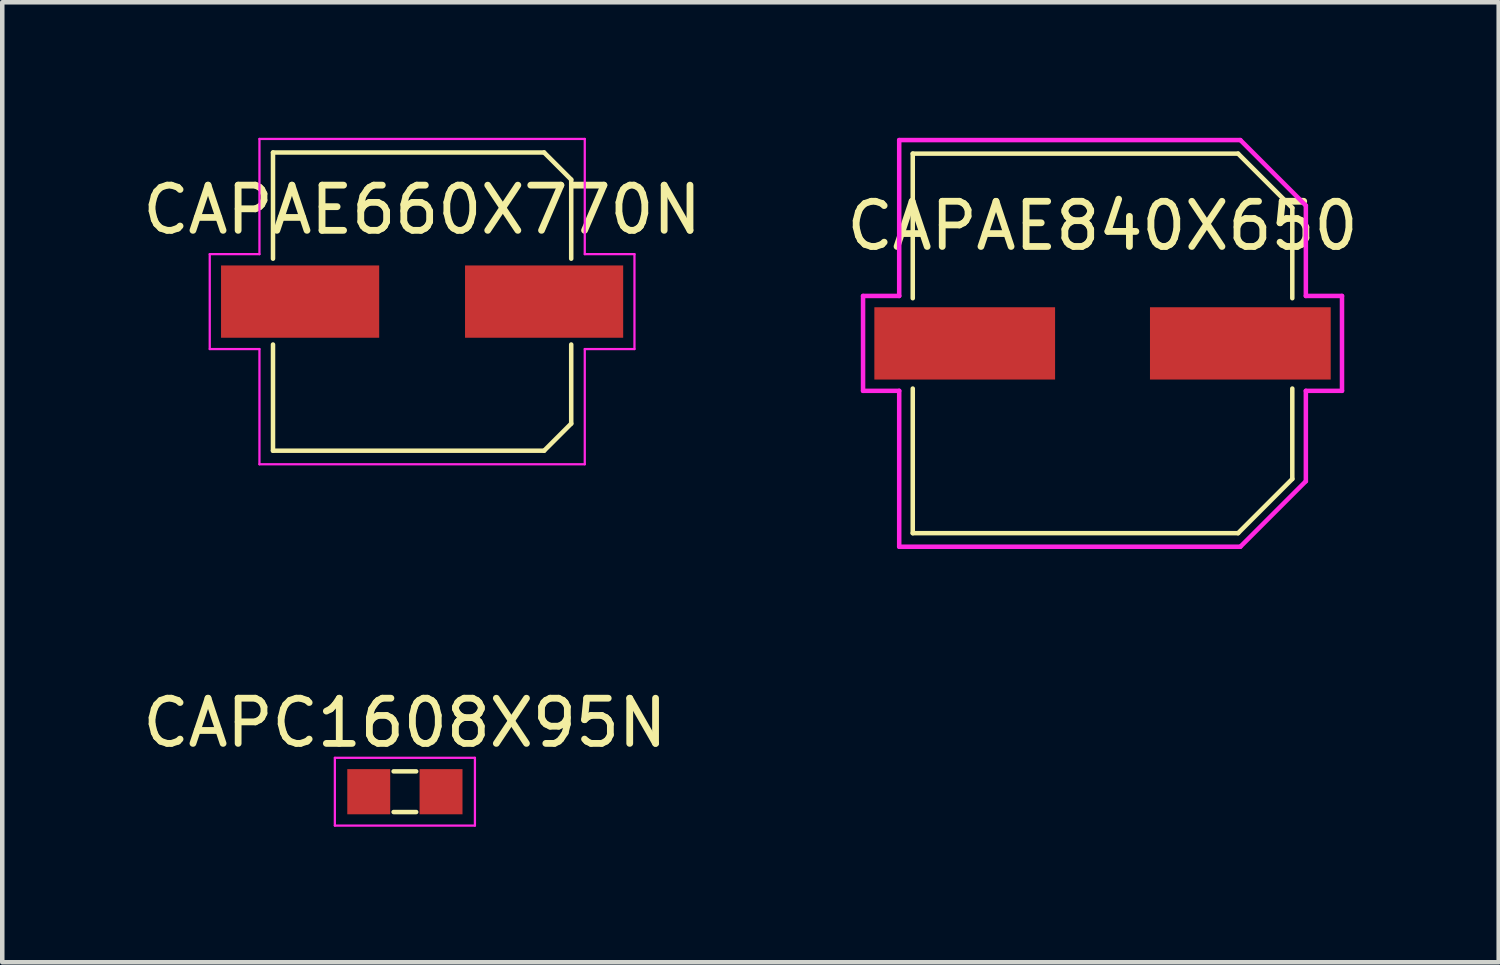
<source format=kicad_pcb>
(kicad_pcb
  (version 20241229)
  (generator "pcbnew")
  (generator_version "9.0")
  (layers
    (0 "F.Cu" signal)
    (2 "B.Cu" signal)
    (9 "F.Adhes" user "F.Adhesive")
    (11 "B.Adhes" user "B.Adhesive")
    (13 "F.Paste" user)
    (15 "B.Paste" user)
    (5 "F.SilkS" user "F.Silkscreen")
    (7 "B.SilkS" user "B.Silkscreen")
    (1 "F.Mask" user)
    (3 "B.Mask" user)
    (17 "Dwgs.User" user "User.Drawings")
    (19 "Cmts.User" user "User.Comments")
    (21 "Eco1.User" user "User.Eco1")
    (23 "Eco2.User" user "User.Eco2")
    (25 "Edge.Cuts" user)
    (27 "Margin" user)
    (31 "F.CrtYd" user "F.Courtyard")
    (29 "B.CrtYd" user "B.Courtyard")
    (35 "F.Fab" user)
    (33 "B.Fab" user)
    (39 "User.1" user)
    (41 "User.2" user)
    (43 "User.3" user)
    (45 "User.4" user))
  (footprint "CAPAE840X650"
    (layer "F.Cu")
    (at 21.351 4.55)
    (property "Reference" "CAPAE840X650" (at 0 -2.6 0) (layer "F.SilkS") (effects (font (size 1 1) (thickness 0.15))))
    (attr through_hole)
    (fp_line (start -4.2 -1) (end -4.2 -4.2) (stroke (width 0.1) (type solid)) (layer "F.SilkS"))
    (fp_line (start -4.2 1) (end -4.2 4.2) (stroke (width 0.1) (type solid)) (layer "F.SilkS"))
    (fp_line (start 3 -4.2) (end -4.2 -4.2) (stroke (width 0.1) (type solid)) (layer "F.SilkS"))
    (fp_line (start 3 -4.2) (end 4.2 -3) (stroke (width 0.1) (type solid)) (layer "F.SilkS"))
    (fp_line (start 3 4.2) (end -4.2 4.2) (stroke (width 0.1) (type solid)) (layer "F.SilkS"))
    (fp_line (start 4.2 -3) (end 4.2 -1) (stroke (width 0.1) (type solid)) (layer "F.SilkS"))
    (fp_line (start 4.2 3) (end 3 4.2) (stroke (width 0.1) (type solid)) (layer "F.SilkS"))
    (fp_line (start 4.2 3) (end 4.2 1) (stroke (width 0.1) (type solid)) (layer "F.SilkS"))
    (fp_line (start -5.3 -1.05) (end -5.3 1.05) (stroke (width 0.1) (type solid)) (layer "F.CrtYd"))
    (fp_line (start -5.3 1.05) (end -4.5 1.05) (stroke (width 0.1) (type solid)) (layer "F.CrtYd"))
    (fp_line (start -4.5 -4.5) (end -4.5 -1.05) (stroke (width 0.1) (type solid)) (layer "F.CrtYd"))
    (fp_line (start -4.5 -1.05) (end -5.3 -1.05) (stroke (width 0.1) (type solid)) (layer "F.CrtYd"))
    (fp_line (start -4.5 1.05) (end -4.5 4.5) (stroke (width 0.1) (type solid)) (layer "F.CrtYd"))
    (fp_line (start -4.5 4.5) (end 3.05 4.5) (stroke (width 0.1) (type solid)) (layer "F.CrtYd"))
    (fp_line (start 3.05 -4.5) (end -4.5 -4.5) (stroke (width 0.1) (type solid)) (layer "F.CrtYd"))
    (fp_line (start 3.05 4.5) (end 4.5 3.05) (stroke (width 0.1) (type solid)) (layer "F.CrtYd"))
    (fp_line (start 4.5 -3.05) (end 3.05 -4.5) (stroke (width 0.1) (type solid)) (layer "F.CrtYd"))
    (fp_line (start 4.5 -1.05) (end 4.5 -3.05) (stroke (width 0.1) (type solid)) (layer "F.CrtYd"))
    (fp_line (start 4.5 1.05) (end 5.3 1.05) (stroke (width 0.1) (type solid)) (layer "F.CrtYd"))
    (fp_line (start 4.5 3.05) (end 4.5 1.05) (stroke (width 0.1) (type solid)) (layer "F.CrtYd"))
    (fp_line (start 5.3 -1.05) (end 4.5 -1.05) (stroke (width 0.1) (type solid)) (layer "F.CrtYd"))
    (fp_line (start 5.3 1.05) (end 5.3 -1.05) (stroke (width 0.1) (type solid)) (layer "F.CrtYd"))
    (pad "1" smd rect (at 3.05 0) (size 4 1.6) (layers "F.Cu" "F.Mask" "F.Paste"))
    (pad "2" smd rect (at -3.05 0) (size 4 1.6) (layers "F.Cu" "F.Mask" "F.Paste")))
  (footprint "CAPAE660X770N"
    (layer "F.Cu")
    (at 6.292 3.625)
    (property "Reference" "CAPAE660X770N" (at 0 -2.032 180) (layer "F.SilkS") (effects (font (size 1 1) (thickness 0.15))))
    (attr through_hole)
    (fp_line (start -3.3 -3.3) (end 2.7 -3.3) (stroke (width 0.1) (type solid)) (layer "F.SilkS"))
    (fp_line (start -3.3 -0.95) (end -3.3 -3.3) (stroke (width 0.1) (type solid)) (layer "F.SilkS"))
    (fp_line (start -3.3 3.3) (end -3.3 0.95) (stroke (width 0.1) (type solid)) (layer "F.SilkS"))
    (fp_line (start 2.7 -3.3) (end 3.3 -2.7) (stroke (width 0.1) (type solid)) (layer "F.SilkS"))
    (fp_line (start 2.7 3.3) (end -3.3 3.3) (stroke (width 0.1) (type solid)) (layer "F.SilkS"))
    (fp_line (start 3.3 -2.7) (end 3.3 -0.95) (stroke (width 0.1) (type solid)) (layer "F.SilkS"))
    (fp_line (start 3.3 0.95) (end 3.3 2.7) (stroke (width 0.1) (type solid)) (layer "F.SilkS"))
    (fp_line (start 3.3 2.7) (end 2.7 3.3) (stroke (width 0.1) (type solid)) (layer "F.SilkS"))
    (fp_line (start -4.7 -1.05) (end -4.7 1.05) (stroke (width 0.05) (type solid)) (layer "F.CrtYd"))
    (fp_line (start -4.7 1.05) (end -3.6 1.05) (stroke (width 0.05) (type solid)) (layer "F.CrtYd"))
    (fp_line (start -3.6 -3.6) (end -3.6 -1.05) (stroke (width 0.05) (type solid)) (layer "F.CrtYd"))
    (fp_line (start -3.6 -1.05) (end -4.7 -1.05) (stroke (width 0.05) (type solid)) (layer "F.CrtYd"))
    (fp_line (start -3.6 1.05) (end -3.6 3.6) (stroke (width 0.05) (type solid)) (layer "F.CrtYd"))
    (fp_line (start -3.6 3.6) (end 3.6 3.6) (stroke (width 0.05) (type solid)) (layer "F.CrtYd"))
    (fp_line (start 3.6 -3.6) (end -3.6 -3.6) (stroke (width 0.05) (type solid)) (layer "F.CrtYd"))
    (fp_line (start 3.6 -1.05) (end 3.6 -3.6) (stroke (width 0.05) (type solid)) (layer "F.CrtYd"))
    (fp_line (start 3.6 1.05) (end 4.7 1.05) (stroke (width 0.05) (type solid)) (layer "F.CrtYd"))
    (fp_line (start 3.6 3.6) (end 3.6 1.05) (stroke (width 0.05) (type solid)) (layer "F.CrtYd"))
    (fp_line (start 4.7 -1.05) (end 3.6 -1.05) (stroke (width 0.05) (type solid)) (layer "F.CrtYd"))
    (fp_line (start 4.7 1.05) (end 4.7 -1.05) (stroke (width 0.05) (type solid)) (layer "F.CrtYd"))
    (pad "1" smd rect (at 2.7 0 180) (size 3.5 1.6) (layers "F.Cu" "F.Mask" "F.Paste"))
    (pad "2" smd rect (at -2.7 0 180) (size 3.5 1.6) (layers "F.Cu" "F.Mask" "F.Paste")))
  (footprint "CAPC1608X95N"
    (layer "F.Cu")
    (at 5.911 14.472)
    (property "Reference" "CAPC1608X95N" (at 0 -1.524 0) (layer "F.SilkS") (effects (font (size 1 1) (thickness 0.15))))
    (attr through_hole)
    (fp_line (start -0.25 -0.45) (end 0.25 -0.45) (stroke (width 0.1) (type solid)) (layer "F.SilkS"))
    (fp_line (start -0.25 0.45) (end 0.25 0.45) (stroke (width 0.1) (type solid)) (layer "F.SilkS"))
    (fp_line (start -1.55 -0.75) (end -1.55 0.75) (stroke (width 0.05) (type solid)) (layer "F.CrtYd"))
    (fp_line (start -1.55 0.75) (end 1.55 0.75) (stroke (width 0.05) (type solid)) (layer "F.CrtYd"))
    (fp_line (start 1.55 -0.75) (end -1.55 -0.75) (stroke (width 0.05) (type solid)) (layer "F.CrtYd"))
    (fp_line (start 1.55 0.75) (end 1.55 -0.75) (stroke (width 0.05) (type solid)) (layer "F.CrtYd"))
    (pad "1" smd rect (at -0.8 0) (size 0.95 1) (layers "F.Cu" "F.Mask" "F.Paste"))
    (pad "2" smd rect (at 0.8 0) (size 0.95 1) (layers "F.Cu" "F.Mask" "F.Paste")))
  (gr_rect
    (start -3 -3)
    (end 30.119 18.247)
    (stroke (width 0.1) (type default))
    (fill no)
    (layer "Edge.Cuts")))
</source>
